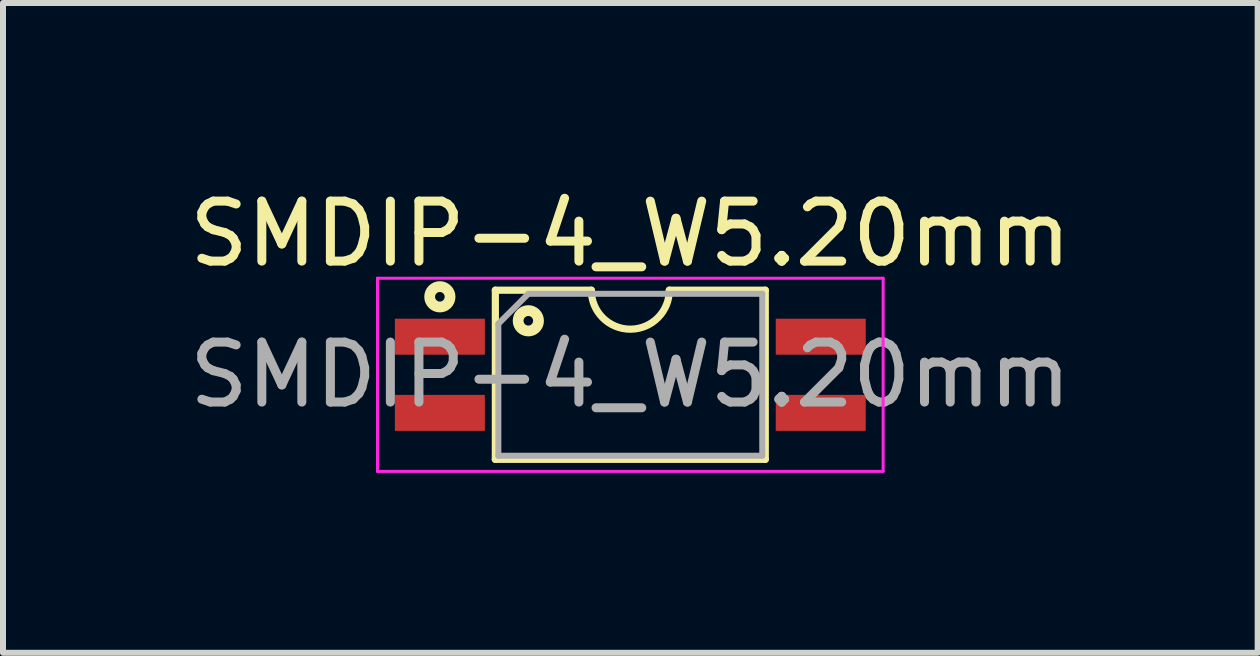
<source format=kicad_pcb>
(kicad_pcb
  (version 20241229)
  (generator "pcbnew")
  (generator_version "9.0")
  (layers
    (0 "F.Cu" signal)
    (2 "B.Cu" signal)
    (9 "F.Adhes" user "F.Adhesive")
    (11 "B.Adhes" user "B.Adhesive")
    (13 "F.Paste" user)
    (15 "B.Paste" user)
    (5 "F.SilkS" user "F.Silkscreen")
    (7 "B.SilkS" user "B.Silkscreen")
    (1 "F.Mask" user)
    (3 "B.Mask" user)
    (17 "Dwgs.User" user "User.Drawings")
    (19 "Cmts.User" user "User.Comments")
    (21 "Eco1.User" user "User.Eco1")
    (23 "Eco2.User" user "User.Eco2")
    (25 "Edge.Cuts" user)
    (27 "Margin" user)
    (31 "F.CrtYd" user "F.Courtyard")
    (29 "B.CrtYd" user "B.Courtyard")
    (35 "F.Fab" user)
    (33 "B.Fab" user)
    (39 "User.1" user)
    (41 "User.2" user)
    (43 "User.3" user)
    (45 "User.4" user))
  (footprint "SMDIP-4_W5.20mm"
    (layer "F.Cu")
    (at 7.458 3.198)
    (property "Reference" "SMDIP-4_W5.20mm" (at 0 -2.35 0) (layer "F.SilkS") (effects (font (size 1 1) (thickness 0.15))))
    (attr smd)
    (fp_line (start -2.25 -1.41) (end -2.25 1.41) (stroke (width 0.12) (type solid)) (layer "F.SilkS"))
    (fp_line (start -2.25 1.41) (end 2.25 1.41) (stroke (width 0.12) (type solid)) (layer "F.SilkS"))
    (fp_line (start -0.65 -1.41) (end -2.25 -1.41) (stroke (width 0.12) (type solid)) (layer "F.SilkS"))
    (fp_line (start 2.25 -1.41) (end 0.65 -1.41) (stroke (width 0.12) (type solid)) (layer "F.SilkS"))
    (fp_line (start 2.25 1.41) (end 2.25 -1.41) (stroke (width 0.12) (type solid)) (layer "F.SilkS"))
    (fp_arc (start 0.65 -1.41) (mid 0 -0.76) (end -0.65 -1.41) (stroke (width 0.12) (type solid)) (layer "F.SilkS"))
    (fp_circle (center -3.175 -1.3) (end -3.095 -1.3) (stroke (width 0.18) (type solid)) (fill no) (layer "F.SilkS"))
    (fp_circle (center -1.7 -0.9) (end -1.62 -0.9) (stroke (width 0.18) (type solid)) (fill no) (layer "F.SilkS"))
    (fp_line (start -4.215 -1.61) (end -4.215 1.61) (stroke (width 0.05) (type solid)) (layer "F.CrtYd"))
    (fp_line (start -4.215 1.61) (end 4.215 1.61) (stroke (width 0.05) (type solid)) (layer "F.CrtYd"))
    (fp_line (start 4.215 -1.61) (end -4.215 -1.61) (stroke (width 0.05) (type solid)) (layer "F.CrtYd"))
    (fp_line (start 4.215 1.61) (end 4.215 -1.61) (stroke (width 0.05) (type solid)) (layer "F.CrtYd"))
    (fp_line (start -2.2 -0.85) (end -1.7 -1.35) (stroke (width 0.1) (type solid)) (layer "F.Fab"))
    (fp_line (start -2.2 1.35) (end -2.2 -0.85) (stroke (width 0.1) (type solid)) (layer "F.Fab"))
    (fp_line (start -1.7 -1.35) (end 2.2 -1.35) (stroke (width 0.1) (type solid)) (layer "F.Fab"))
    (fp_line (start 2.2 -1.35) (end 2.2 1.35) (stroke (width 0.1) (type solid)) (layer "F.Fab"))
    (fp_line (start 2.2 1.35) (end -2.2 1.35) (stroke (width 0.1) (type solid)) (layer "F.Fab"))
    (fp_text user "${REFERENCE}" (at 0 0 0) (layer "F.Fab") (effects (font (size 1 1) (thickness 0.15))))
    (pad "1" smd rect (at -3.175 -0.635) (size 1.5 0.6) (layers "F.Cu" "F.Mask" "F.Paste"))
    (pad "2" smd rect (at -3.175 0.635) (size 1.5 0.6) (layers "F.Cu" "F.Mask" "F.Paste"))
    (pad "3" smd rect (at 3.175 0.635) (size 1.5 0.6) (layers "F.Cu" "F.Mask" "F.Paste"))
    (pad "4" smd rect (at 3.175 -0.635) (size 1.5 0.6) (layers "F.Cu" "F.Mask" "F.Paste")))
  (gr_rect
    (start -3 -3)
    (end 17.917 7.833)
    (stroke (width 0.1) (type default))
    (fill no)
    (layer "Edge.Cuts")))
</source>
